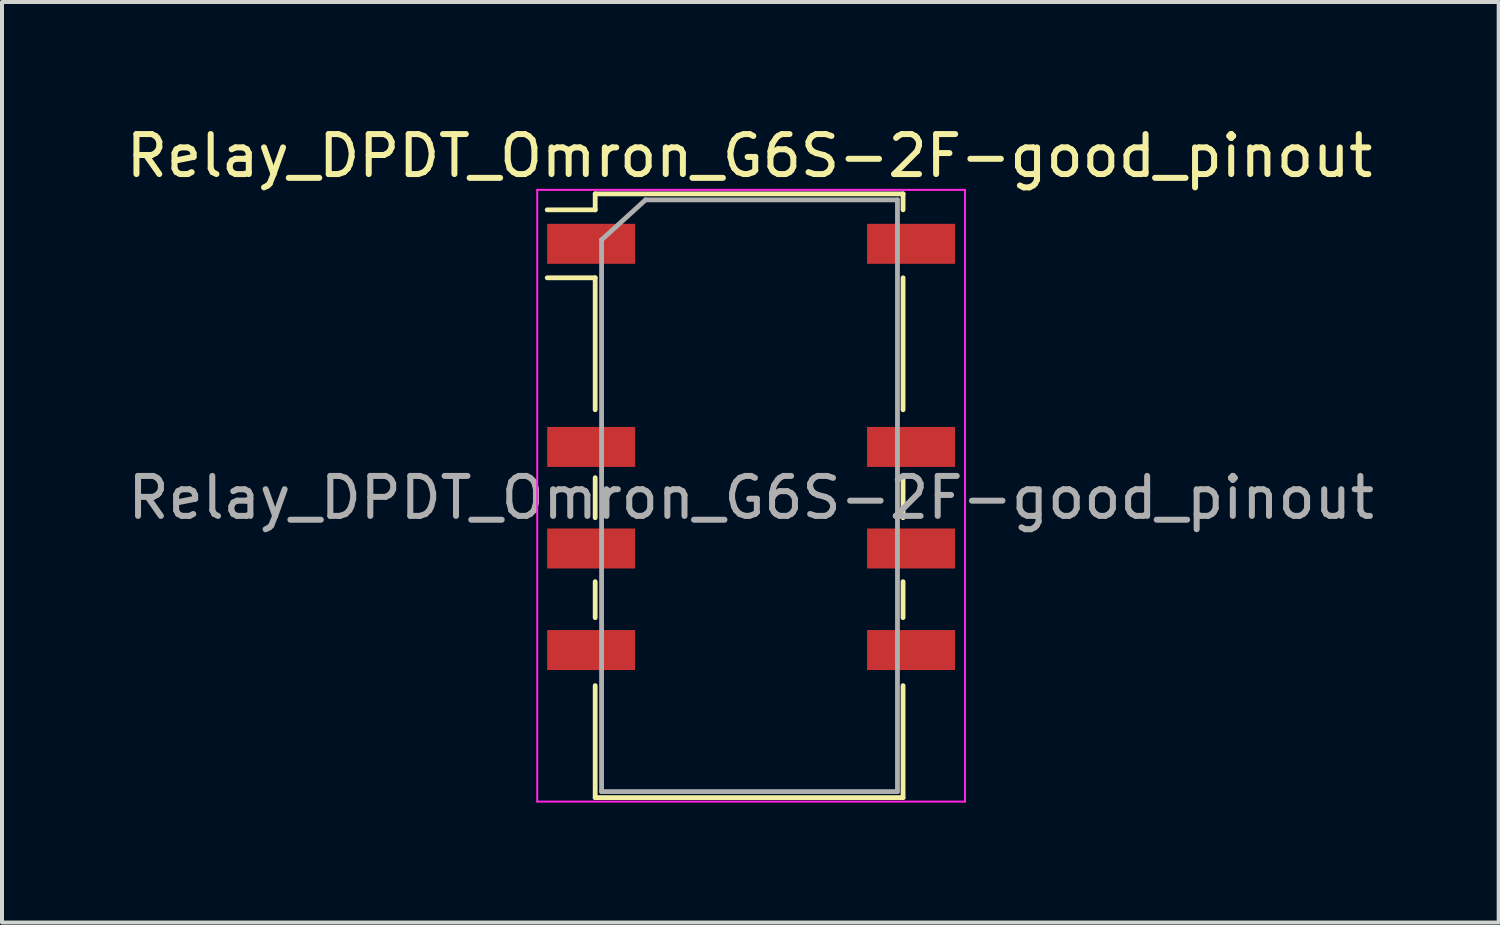
<source format=kicad_pcb>
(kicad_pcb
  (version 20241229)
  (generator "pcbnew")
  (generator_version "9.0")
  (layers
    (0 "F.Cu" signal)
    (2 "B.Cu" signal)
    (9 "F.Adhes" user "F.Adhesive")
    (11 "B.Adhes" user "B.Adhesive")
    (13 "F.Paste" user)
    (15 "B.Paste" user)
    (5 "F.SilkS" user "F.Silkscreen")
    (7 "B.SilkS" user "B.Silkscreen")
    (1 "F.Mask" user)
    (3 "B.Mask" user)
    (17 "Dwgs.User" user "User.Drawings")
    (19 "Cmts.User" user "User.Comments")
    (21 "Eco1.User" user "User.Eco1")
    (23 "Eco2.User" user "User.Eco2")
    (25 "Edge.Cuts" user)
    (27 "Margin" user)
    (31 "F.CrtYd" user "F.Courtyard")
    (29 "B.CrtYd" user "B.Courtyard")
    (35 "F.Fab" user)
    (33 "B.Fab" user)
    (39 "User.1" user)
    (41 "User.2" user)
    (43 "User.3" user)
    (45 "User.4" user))
  (footprint "Relay_DPDT_Omron_G6S-2F-good_pinout"
    (layer "F.Cu")
    (at 15.736 9.398)
    (property "Reference" "Relay_DPDT_Omron_G6S-2F-good_pinout" (at -0.04 -8.55 0) (layer "F.SilkS") (effects (font (size 1 1) (thickness 0.15))))
    (attr smd)
    (fp_line (start -5.1 -7.2) (end -3.9 -7.2) (stroke (width 0.12) (type solid)) (layer "F.SilkS"))
    (fp_line (start -3.9 -7.6) (end 3.8 -7.6) (stroke (width 0.12) (type solid)) (layer "F.SilkS"))
    (fp_line (start -3.9 -7.2) (end -3.9 -7.6) (stroke (width 0.12) (type solid)) (layer "F.SilkS"))
    (fp_line (start -3.9 -5.5) (end -5.1 -5.5) (stroke (width 0.12) (type solid)) (layer "F.SilkS"))
    (fp_line (start -3.9 -5.5) (end -3.9 -2.2) (stroke (width 0.12) (type solid)) (layer "F.SilkS"))
    (fp_line (start -3.9 -0.5) (end -3.9 0.5) (stroke (width 0.12) (type solid)) (layer "F.SilkS"))
    (fp_line (start -3.9 2.1) (end -3.9 3) (stroke (width 0.12) (type solid)) (layer "F.SilkS"))
    (fp_line (start -3.9 4.7) (end -3.9 7.5) (stroke (width 0.12) (type solid)) (layer "F.SilkS"))
    (fp_line (start -3.9 7.5) (end 3.8 7.5) (stroke (width 0.12) (type solid)) (layer "F.SilkS"))
    (fp_line (start 3.8 -7.6) (end 3.8 -7.2) (stroke (width 0.12) (type solid)) (layer "F.SilkS"))
    (fp_line (start 3.8 -5.5) (end 3.8 -2.2) (stroke (width 0.12) (type solid)) (layer "F.SilkS"))
    (fp_line (start 3.8 0.5) (end 3.8 -0.5) (stroke (width 0.12) (type solid)) (layer "F.SilkS"))
    (fp_line (start 3.8 3) (end 3.8 2.1) (stroke (width 0.12) (type solid)) (layer "F.SilkS"))
    (fp_line (start 3.8 7.5) (end 3.8 4.7) (stroke (width 0.12) (type solid)) (layer "F.SilkS"))
    (fp_line (start -5.35 -7.7) (end -5.35 7.6) (stroke (width 0.05) (type solid)) (layer "F.CrtYd"))
    (fp_line (start -5.35 -7.7) (end 5.35 -7.7) (stroke (width 0.05) (type solid)) (layer "F.CrtYd"))
    (fp_line (start 5.35 7.6) (end -5.35 7.6) (stroke (width 0.05) (type solid)) (layer "F.CrtYd"))
    (fp_line (start 5.35 7.6) (end 5.35 -7.7) (stroke (width 0.05) (type solid)) (layer "F.CrtYd"))
    (fp_line (start -3.74 -6.45) (end -2.64 -7.45) (stroke (width 0.12) (type solid)) (layer "F.Fab"))
    (fp_line (start -3.74 7.35) (end -3.74 -6.45) (stroke (width 0.12) (type solid)) (layer "F.Fab"))
    (fp_line (start -2.64 -7.45) (end 3.66 -7.45) (stroke (width 0.12) (type solid)) (layer "F.Fab"))
    (fp_line (start 3.66 -7.45) (end 3.66 7.35) (stroke (width 0.12) (type solid)) (layer "F.Fab"))
    (fp_line (start 3.66 7.35) (end -3.74 7.35) (stroke (width 0.12) (type solid)) (layer "F.Fab"))
    (fp_text user "${REFERENCE}" (at 0 0 0) (layer "F.Fab") (effects (font (size 1 1) (thickness 0.15))))
    (pad "1" smd rect (at -4 -6.35) (size 2.2 1) (layers "F.Cu" "F.Mask" "F.Paste"))
    (pad "2" smd rect (at -4 -1.27) (size 2.2 1) (layers "F.Cu" "F.Mask" "F.Paste"))
    (pad "3" smd rect (at -4 1.27) (size 2.2 1) (layers "F.Cu" "F.Mask" "F.Paste"))
    (pad "4" smd rect (at -4 3.81) (size 2.2 1) (layers "F.Cu" "F.Mask" "F.Paste"))
    (pad "5" smd rect (at 4 3.81) (size 2.2 1) (layers "F.Cu" "F.Mask" "F.Paste"))
    (pad "6" smd rect (at 4 1.27) (size 2.2 1) (layers "F.Cu" "F.Mask" "F.Paste"))
    (pad "7" smd rect (at 4 -1.27) (size 2.2 1) (layers "F.Cu" "F.Mask" "F.Paste"))
    (pad "8" smd rect (at 4 -6.35) (size 2.2 1) (layers "F.Cu" "F.Mask" "F.Paste")))
  (gr_rect
    (start -3 -3)
    (end 34.433 20.023)
    (stroke (width 0.1) (type default))
    (fill no)
    (layer "Edge.Cuts")))
</source>
